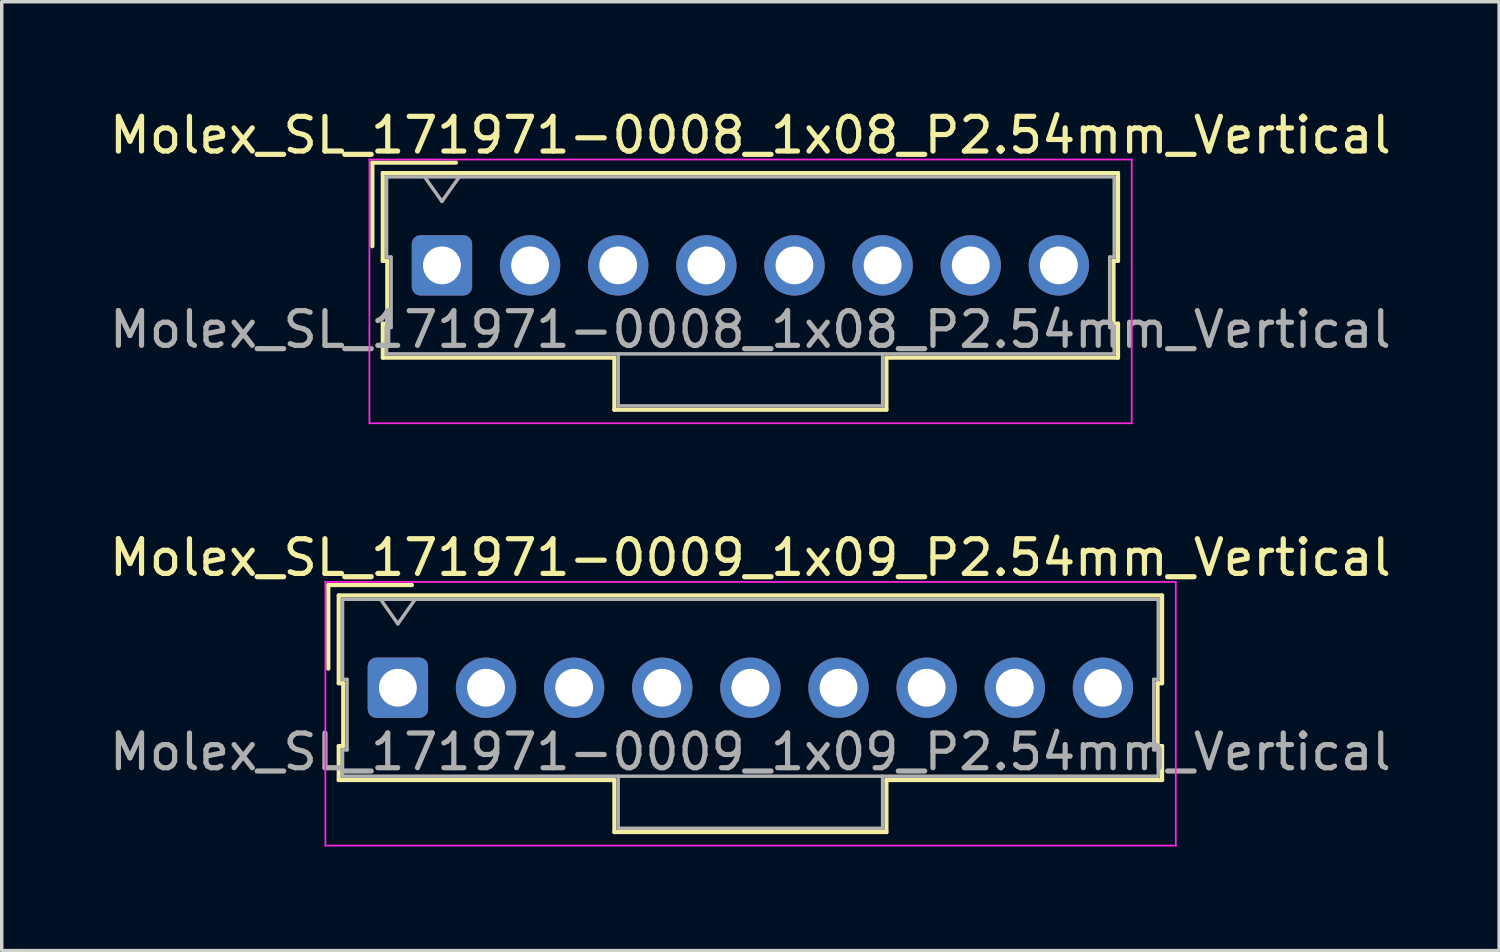
<source format=kicad_pcb>
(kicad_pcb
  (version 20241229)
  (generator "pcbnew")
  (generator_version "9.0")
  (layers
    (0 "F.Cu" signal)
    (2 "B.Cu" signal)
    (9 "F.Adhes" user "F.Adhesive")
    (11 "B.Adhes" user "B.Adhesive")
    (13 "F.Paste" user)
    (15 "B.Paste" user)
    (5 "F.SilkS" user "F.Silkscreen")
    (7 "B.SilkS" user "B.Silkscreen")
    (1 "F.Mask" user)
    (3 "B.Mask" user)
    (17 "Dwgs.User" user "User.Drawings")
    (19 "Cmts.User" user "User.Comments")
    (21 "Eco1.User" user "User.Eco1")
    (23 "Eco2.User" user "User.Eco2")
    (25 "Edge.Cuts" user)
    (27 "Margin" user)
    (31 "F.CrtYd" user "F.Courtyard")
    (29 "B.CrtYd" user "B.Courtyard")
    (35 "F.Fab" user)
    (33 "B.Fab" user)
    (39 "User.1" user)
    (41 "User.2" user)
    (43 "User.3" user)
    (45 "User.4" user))
  (footprint "Molex_SL_171971-0008_1x08_P2.54mm_Vertical"
    (layer "F.Cu")
    (at 9.687 4.598)
    (property "Reference" "Molex_SL_171971-0008_1x08_P2.54mm_Vertical" (at 8.89 -3.75 0) (layer "F.SilkS") (effects (font (size 1 1) (thickness 0.15))))
    (attr through_hole)
    (fp_line (start -2.005 -2.96) (end 0.405 -2.96) (stroke (width 0.12) (type solid)) (layer "F.SilkS"))
    (fp_line (start -2.005 -0.55) (end -2.005 -2.96) (stroke (width 0.12) (type solid)) (layer "F.SilkS"))
    (fp_line (start -1.705 -2.66) (end -1.705 -0.13) (stroke (width 0.12) (type solid)) (layer "F.SilkS"))
    (fp_line (start -1.705 -0.13) (end -1.575 -0.13) (stroke (width 0.12) (type solid)) (layer "F.SilkS"))
    (fp_line (start -1.705 1.68) (end -1.705 2.66) (stroke (width 0.12) (type solid)) (layer "F.SilkS"))
    (fp_line (start -1.705 2.66) (end 4.97 2.66) (stroke (width 0.12) (type solid)) (layer "F.SilkS"))
    (fp_line (start -1.575 -0.13) (end -1.575 1.68) (stroke (width 0.12) (type solid)) (layer "F.SilkS"))
    (fp_line (start -1.575 1.68) (end -1.705 1.68) (stroke (width 0.12) (type solid)) (layer "F.SilkS"))
    (fp_line (start 4.97 2.66) (end 4.97 4.16) (stroke (width 0.12) (type solid)) (layer "F.SilkS"))
    (fp_line (start 4.97 4.16) (end 12.81 4.16) (stroke (width 0.12) (type solid)) (layer "F.SilkS"))
    (fp_line (start 12.81 2.66) (end 19.485 2.66) (stroke (width 0.12) (type solid)) (layer "F.SilkS"))
    (fp_line (start 12.81 4.16) (end 12.81 2.66) (stroke (width 0.12) (type solid)) (layer "F.SilkS"))
    (fp_line (start 19.355 -0.13) (end 19.485 -0.13) (stroke (width 0.12) (type solid)) (layer "F.SilkS"))
    (fp_line (start 19.355 1.68) (end 19.355 -0.13) (stroke (width 0.12) (type solid)) (layer "F.SilkS"))
    (fp_line (start 19.485 -2.66) (end -1.705 -2.66) (stroke (width 0.12) (type solid)) (layer "F.SilkS"))
    (fp_line (start 19.485 -0.13) (end 19.485 -2.66) (stroke (width 0.12) (type solid)) (layer "F.SilkS"))
    (fp_line (start 19.485 1.68) (end 19.355 1.68) (stroke (width 0.12) (type solid)) (layer "F.SilkS"))
    (fp_line (start 19.485 2.66) (end 19.485 1.68) (stroke (width 0.12) (type solid)) (layer "F.SilkS"))
    (fp_line (start -2.09 -3.05) (end -2.09 4.55) (stroke (width 0.05) (type solid)) (layer "F.CrtYd"))
    (fp_line (start -2.09 4.55) (end 19.88 4.55) (stroke (width 0.05) (type solid)) (layer "F.CrtYd"))
    (fp_line (start 19.88 -3.05) (end -2.09 -3.05) (stroke (width 0.05) (type solid)) (layer "F.CrtYd"))
    (fp_line (start 19.88 4.55) (end 19.88 -3.05) (stroke (width 0.05) (type solid)) (layer "F.CrtYd"))
    (fp_line (start -1.595 -2.55) (end -1.595 -0.24) (stroke (width 0.1) (type solid)) (layer "F.Fab"))
    (fp_line (start -1.595 -0.24) (end -1.465 -0.24) (stroke (width 0.1) (type solid)) (layer "F.Fab"))
    (fp_line (start -1.595 1.79) (end -1.595 2.55) (stroke (width 0.1) (type solid)) (layer "F.Fab"))
    (fp_line (start -1.595 2.55) (end 19.375 2.55) (stroke (width 0.1) (type solid)) (layer "F.Fab"))
    (fp_line (start -1.465 -0.24) (end -1.465 1.79) (stroke (width 0.1) (type solid)) (layer "F.Fab"))
    (fp_line (start -1.465 1.79) (end -1.595 1.79) (stroke (width 0.1) (type solid)) (layer "F.Fab"))
    (fp_line (start 0 -1.843) (end -0.5 -2.55) (stroke (width 0.1) (type solid)) (layer "F.Fab"))
    (fp_line (start 0.5 -2.55) (end 0 -1.843) (stroke (width 0.1) (type solid)) (layer "F.Fab"))
    (fp_line (start 5.08 2.55) (end 5.08 4.05) (stroke (width 0.1) (type solid)) (layer "F.Fab"))
    (fp_line (start 5.08 4.05) (end 12.7 4.05) (stroke (width 0.1) (type solid)) (layer "F.Fab"))
    (fp_line (start 12.7 4.05) (end 12.7 2.55) (stroke (width 0.1) (type solid)) (layer "F.Fab"))
    (fp_line (start 19.245 -0.24) (end 19.375 -0.24) (stroke (width 0.1) (type solid)) (layer "F.Fab"))
    (fp_line (start 19.245 1.79) (end 19.245 -0.24) (stroke (width 0.1) (type solid)) (layer "F.Fab"))
    (fp_line (start 19.375 -2.55) (end -1.595 -2.55) (stroke (width 0.1) (type solid)) (layer "F.Fab"))
    (fp_line (start 19.375 -0.24) (end 19.375 -2.55) (stroke (width 0.1) (type solid)) (layer "F.Fab"))
    (fp_line (start 19.375 1.79) (end 19.245 1.79) (stroke (width 0.1) (type solid)) (layer "F.Fab"))
    (fp_line (start 19.375 2.55) (end 19.375 1.79) (stroke (width 0.1) (type solid)) (layer "F.Fab"))
    (fp_text user "${REFERENCE}" (at 8.89 1.85 0) (layer "F.Fab") (effects (font (size 1 1) (thickness 0.15))))
    (pad "1" thru_hole roundrect (at 0 0) (size 1.74 1.74) (drill 1.09) (layers "*.Cu" "*.Mask") (roundrect_rratio 0.144))
    (pad "2" thru_hole circle (at 2.54 0) (size 1.74 1.74) (drill 1.09) (layers "*.Cu" "*.Mask"))
    (pad "3" thru_hole circle (at 5.08 0) (size 1.74 1.74) (drill 1.09) (layers "*.Cu" "*.Mask"))
    (pad "4" thru_hole circle (at 7.62 0) (size 1.74 1.74) (drill 1.09) (layers "*.Cu" "*.Mask"))
    (pad "5" thru_hole circle (at 10.16 0) (size 1.74 1.74) (drill 1.09) (layers "*.Cu" "*.Mask"))
    (pad "6" thru_hole circle (at 12.7 0) (size 1.74 1.74) (drill 1.09) (layers "*.Cu" "*.Mask"))
    (pad "7" thru_hole circle (at 15.24 0) (size 1.74 1.74) (drill 1.09) (layers "*.Cu" "*.Mask"))
    (pad "8" thru_hole circle (at 17.78 0) (size 1.74 1.74) (drill 1.09) (layers "*.Cu" "*.Mask")))
  (footprint "Molex_SL_171971-0009_1x09_P2.54mm_Vertical"
    (layer "F.Cu")
    (at 8.417 16.771)
    (property "Reference" "Molex_SL_171971-0009_1x09_P2.54mm_Vertical" (at 10.16 -3.75 0) (layer "F.SilkS") (effects (font (size 1 1) (thickness 0.15))))
    (attr through_hole)
    (fp_line (start -2.005 -2.96) (end 0.405 -2.96) (stroke (width 0.12) (type solid)) (layer "F.SilkS"))
    (fp_line (start -2.005 -0.55) (end -2.005 -2.96) (stroke (width 0.12) (type solid)) (layer "F.SilkS"))
    (fp_line (start -1.705 -2.66) (end -1.705 -0.13) (stroke (width 0.12) (type solid)) (layer "F.SilkS"))
    (fp_line (start -1.705 -0.13) (end -1.575 -0.13) (stroke (width 0.12) (type solid)) (layer "F.SilkS"))
    (fp_line (start -1.705 1.68) (end -1.705 2.66) (stroke (width 0.12) (type solid)) (layer "F.SilkS"))
    (fp_line (start -1.705 2.66) (end 6.24 2.66) (stroke (width 0.12) (type solid)) (layer "F.SilkS"))
    (fp_line (start -1.575 -0.13) (end -1.575 1.68) (stroke (width 0.12) (type solid)) (layer "F.SilkS"))
    (fp_line (start -1.575 1.68) (end -1.705 1.68) (stroke (width 0.12) (type solid)) (layer "F.SilkS"))
    (fp_line (start 6.24 2.66) (end 6.24 4.16) (stroke (width 0.12) (type solid)) (layer "F.SilkS"))
    (fp_line (start 6.24 4.16) (end 14.08 4.16) (stroke (width 0.12) (type solid)) (layer "F.SilkS"))
    (fp_line (start 14.08 2.66) (end 22.025 2.66) (stroke (width 0.12) (type solid)) (layer "F.SilkS"))
    (fp_line (start 14.08 4.16) (end 14.08 2.66) (stroke (width 0.12) (type solid)) (layer "F.SilkS"))
    (fp_line (start 21.895 -0.13) (end 22.025 -0.13) (stroke (width 0.12) (type solid)) (layer "F.SilkS"))
    (fp_line (start 21.895 1.68) (end 21.895 -0.13) (stroke (width 0.12) (type solid)) (layer "F.SilkS"))
    (fp_line (start 22.025 -2.66) (end -1.705 -2.66) (stroke (width 0.12) (type solid)) (layer "F.SilkS"))
    (fp_line (start 22.025 -0.13) (end 22.025 -2.66) (stroke (width 0.12) (type solid)) (layer "F.SilkS"))
    (fp_line (start 22.025 1.68) (end 21.895 1.68) (stroke (width 0.12) (type solid)) (layer "F.SilkS"))
    (fp_line (start 22.025 2.66) (end 22.025 1.68) (stroke (width 0.12) (type solid)) (layer "F.SilkS"))
    (fp_line (start -2.09 -3.05) (end -2.09 4.55) (stroke (width 0.05) (type solid)) (layer "F.CrtYd"))
    (fp_line (start -2.09 4.55) (end 22.42 4.55) (stroke (width 0.05) (type solid)) (layer "F.CrtYd"))
    (fp_line (start 22.42 -3.05) (end -2.09 -3.05) (stroke (width 0.05) (type solid)) (layer "F.CrtYd"))
    (fp_line (start 22.42 4.55) (end 22.42 -3.05) (stroke (width 0.05) (type solid)) (layer "F.CrtYd"))
    (fp_line (start -1.595 -2.55) (end -1.595 -0.24) (stroke (width 0.1) (type solid)) (layer "F.Fab"))
    (fp_line (start -1.595 -0.24) (end -1.465 -0.24) (stroke (width 0.1) (type solid)) (layer "F.Fab"))
    (fp_line (start -1.595 1.79) (end -1.595 2.55) (stroke (width 0.1) (type solid)) (layer "F.Fab"))
    (fp_line (start -1.595 2.55) (end 21.915 2.55) (stroke (width 0.1) (type solid)) (layer "F.Fab"))
    (fp_line (start -1.465 -0.24) (end -1.465 1.79) (stroke (width 0.1) (type solid)) (layer "F.Fab"))
    (fp_line (start -1.465 1.79) (end -1.595 1.79) (stroke (width 0.1) (type solid)) (layer "F.Fab"))
    (fp_line (start 0 -1.843) (end -0.5 -2.55) (stroke (width 0.1) (type solid)) (layer "F.Fab"))
    (fp_line (start 0.5 -2.55) (end 0 -1.843) (stroke (width 0.1) (type solid)) (layer "F.Fab"))
    (fp_line (start 6.35 2.55) (end 6.35 4.05) (stroke (width 0.1) (type solid)) (layer "F.Fab"))
    (fp_line (start 6.35 4.05) (end 13.97 4.05) (stroke (width 0.1) (type solid)) (layer "F.Fab"))
    (fp_line (start 13.97 4.05) (end 13.97 2.55) (stroke (width 0.1) (type solid)) (layer "F.Fab"))
    (fp_line (start 21.785 -0.24) (end 21.915 -0.24) (stroke (width 0.1) (type solid)) (layer "F.Fab"))
    (fp_line (start 21.785 1.79) (end 21.785 -0.24) (stroke (width 0.1) (type solid)) (layer "F.Fab"))
    (fp_line (start 21.915 -2.55) (end -1.595 -2.55) (stroke (width 0.1) (type solid)) (layer "F.Fab"))
    (fp_line (start 21.915 -0.24) (end 21.915 -2.55) (stroke (width 0.1) (type solid)) (layer "F.Fab"))
    (fp_line (start 21.915 1.79) (end 21.785 1.79) (stroke (width 0.1) (type solid)) (layer "F.Fab"))
    (fp_line (start 21.915 2.55) (end 21.915 1.79) (stroke (width 0.1) (type solid)) (layer "F.Fab"))
    (fp_text user "${REFERENCE}" (at 10.16 1.85 0) (layer "F.Fab") (effects (font (size 1 1) (thickness 0.15))))
    (pad "1" thru_hole roundrect (at 0 0) (size 1.74 1.74) (drill 1.09) (layers "*.Cu" "*.Mask") (roundrect_rratio 0.144))
    (pad "2" thru_hole circle (at 2.54 0) (size 1.74 1.74) (drill 1.09) (layers "*.Cu" "*.Mask"))
    (pad "3" thru_hole circle (at 5.08 0) (size 1.74 1.74) (drill 1.09) (layers "*.Cu" "*.Mask"))
    (pad "4" thru_hole circle (at 7.62 0) (size 1.74 1.74) (drill 1.09) (layers "*.Cu" "*.Mask"))
    (pad "5" thru_hole circle (at 10.16 0) (size 1.74 1.74) (drill 1.09) (layers "*.Cu" "*.Mask"))
    (pad "6" thru_hole circle (at 12.7 0) (size 1.74 1.74) (drill 1.09) (layers "*.Cu" "*.Mask"))
    (pad "7" thru_hole circle (at 15.24 0) (size 1.74 1.74) (drill 1.09) (layers "*.Cu" "*.Mask"))
    (pad "8" thru_hole circle (at 17.78 0) (size 1.74 1.74) (drill 1.09) (layers "*.Cu" "*.Mask"))
    (pad "9" thru_hole circle (at 20.32 0) (size 1.74 1.74) (drill 1.09) (layers "*.Cu" "*.Mask")))
  (gr_rect
    (start -3 -3)
    (end 40.155 24.346)
    (stroke (width 0.1) (type default))
    (fill no)
    (layer "Edge.Cuts")))
</source>
